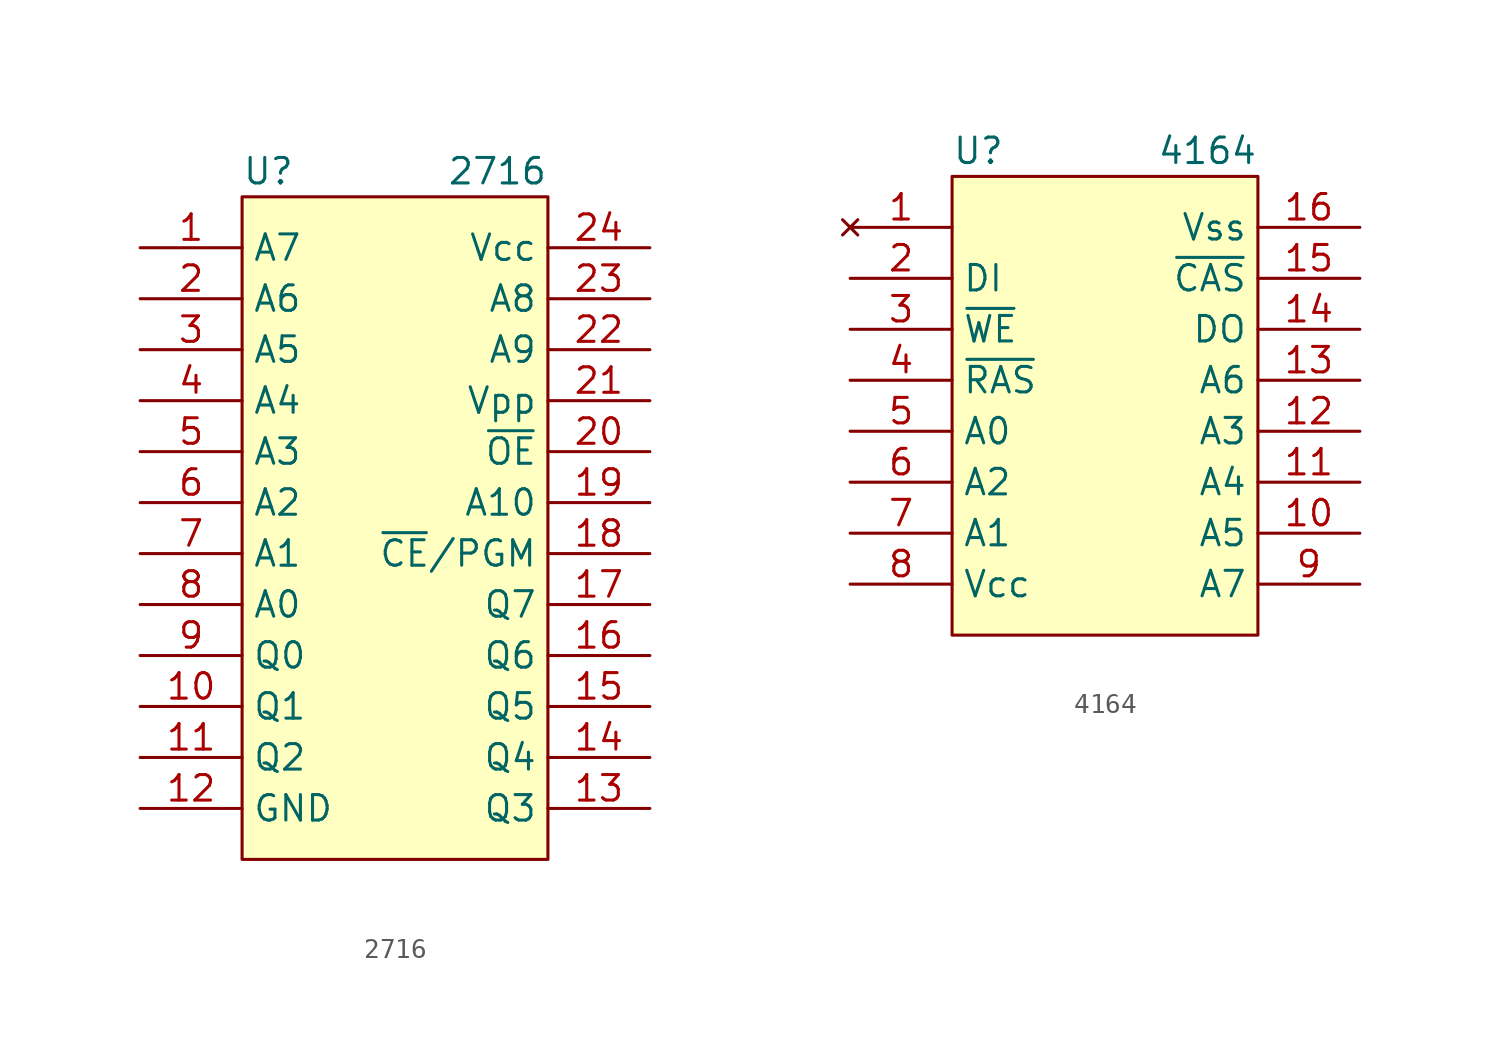
<source format=kicad_sym>
(kicad_symbol_lib
  (version 20231120)
  (generator "kicad_symbol_editor")
  (generator_version "8.0")
  (symbol "2716"
    (property "Reference" "U"
      (at -6.35 17.78 0)
      (do_not_autoplace)
      (effects (font (size 1.27 1.27)) (justify left)))
    (property "Value" "2716"
      (at 8.89 17.78 0)
      (do_not_autoplace)
      (effects (font (size 1.27 1.27)) (justify right)))
    (symbol "2716_0_0"
      (pin input line (at -11.43 13.97 0) (length 5.08) (name "A7" (effects (font (size 1.27 1.27)))) (number "1" (effects (font (size 1.27 1.27)))))
      (pin output line (at -11.43 -8.89 0) (length 5.08) (name "Q1" (effects (font (size 1.27 1.27)))) (number "10" (effects (font (size 1.27 1.27)))))
      (pin output line (at -11.43 -11.43 0) (length 5.08) (name "Q2" (effects (font (size 1.27 1.27)))) (number "11" (effects (font (size 1.27 1.27)))))
      (pin power_in line (at -11.43 -13.97 0) (length 5.08) (name "GND" (effects (font (size 1.27 1.27)))) (number "12" (effects (font (size 1.27 1.27)))))
      (pin output line (at 13.97 -13.97 180) (length 5.08) (name "Q3" (effects (font (size 1.27 1.27)))) (number "13" (effects (font (size 1.27 1.27)))))
      (pin output line (at 13.97 -11.43 180) (length 5.08) (name "Q4" (effects (font (size 1.27 1.27)))) (number "14" (effects (font (size 1.27 1.27)))))
      (pin output line (at 13.97 -8.89 180) (length 5.08) (name "Q5" (effects (font (size 1.27 1.27)))) (number "15" (effects (font (size 1.27 1.27)))))
      (pin output line (at 13.97 -6.35 180) (length 5.08) (name "Q6" (effects (font (size 1.27 1.27)))) (number "16" (effects (font (size 1.27 1.27)))))
      (pin output line (at 13.97 -3.81 180) (length 5.08) (name "Q7" (effects (font (size 1.27 1.27)))) (number "17" (effects (font (size 1.27 1.27)))))
      (pin input line (at 13.97 -1.27 180) (length 5.08) (name "~{CE}/PGM" (effects (font (size 1.27 1.27)))) (number "18" (effects (font (size 1.27 1.27)))))
      (pin input line (at 13.97 1.27 180) (length 5.08) (name "A10" (effects (font (size 1.27 1.27)))) (number "19" (effects (font (size 1.27 1.27)))))
      (pin input line (at -11.43 11.43 0) (length 5.08) (name "A6" (effects (font (size 1.27 1.27)))) (number "2" (effects (font (size 1.27 1.27)))))
      (pin input line (at 13.97 3.81 180) (length 5.08) (name "~{OE}" (effects (font (size 1.27 1.27)))) (number "20" (effects (font (size 1.27 1.27)))))
      (pin power_in line (at 13.97 6.35 180) (length 5.08) (name "Vpp" (effects (font (size 1.27 1.27)))) (number "21" (effects (font (size 1.27 1.27)))))
      (pin input line (at 13.97 8.89 180) (length 5.08) (name "A9" (effects (font (size 1.27 1.27)))) (number "22" (effects (font (size 1.27 1.27)))))
      (pin input line (at 13.97 11.43 180) (length 5.08) (name "A8" (effects (font (size 1.27 1.27)))) (number "23" (effects (font (size 1.27 1.27)))))
      (pin power_in line (at 13.97 13.97 180) (length 5.08) (name "Vcc" (effects (font (size 1.27 1.27)))) (number "24" (effects (font (size 1.27 1.27)))))
      (pin input line (at -11.43 8.89 0) (length 5.08) (name "A5" (effects (font (size 1.27 1.27)))) (number "3" (effects (font (size 1.27 1.27)))))
      (pin input line (at -11.43 6.35 0) (length 5.08) (name "A4" (effects (font (size 1.27 1.27)))) (number "4" (effects (font (size 1.27 1.27)))))
      (pin input line (at -11.43 3.81 0) (length 5.08) (name "A3" (effects (font (size 1.27 1.27)))) (number "5" (effects (font (size 1.27 1.27)))))
      (pin input line (at -11.43 1.27 0) (length 5.08) (name "A2" (effects (font (size 1.27 1.27)))) (number "6" (effects (font (size 1.27 1.27)))))
      (pin input line (at -11.43 -1.27 0) (length 5.08) (name "A1" (effects (font (size 1.27 1.27)))) (number "7" (effects (font (size 1.27 1.27)))))
      (pin input line (at -11.43 -3.81 0) (length 5.08) (name "A0" (effects (font (size 1.27 1.27)))) (number "8" (effects (font (size 1.27 1.27)))))
      (pin output line (at -11.43 -6.35 0) (length 5.08) (name "Q0" (effects (font (size 1.27 1.27)))) (number "9" (effects (font (size 1.27 1.27))))))
    (symbol "2716_1_1"
      (rectangle (start -6.35 16.51) (end 8.89 -16.51) (stroke (width 0) (type default)) (fill (type background)))))
  (symbol "4164"
    (property "Reference" "U"
      (at -7.62 12.7 0)
      (do_not_autoplace)
      (effects (font (size 1.27 1.27)) (justify left)))
    (property "Value" "4164"
      (at 7.62 12.7 0)
      (do_not_autoplace)
      (effects (font (size 1.27 1.27)) (justify right)))
    (symbol "4164_0_0"
      (pin no_connect line (at -12.7 8.89 0) (length 5.08) (name "~" (effects (font (size 1.27 1.27)))) (number "1" (effects (font (size 1.27 1.27)))))
      (pin input line (at 12.7 -6.35 180) (length 5.08) (name "A5" (effects (font (size 1.27 1.27)))) (number "10" (effects (font (size 1.27 1.27)))))
      (pin input line (at 12.7 -3.81 180) (length 5.08) (name "A4" (effects (font (size 1.27 1.27)))) (number "11" (effects (font (size 1.27 1.27)))))
      (pin input line (at 12.7 -1.27 180) (length 5.08) (name "A3" (effects (font (size 1.27 1.27)))) (number "12" (effects (font (size 1.27 1.27)))))
      (pin input line (at 12.7 1.27 180) (length 5.08) (name "A6" (effects (font (size 1.27 1.27)))) (number "13" (effects (font (size 1.27 1.27)))))
      (pin output line (at 12.7 3.81 180) (length 5.08) (name "DO" (effects (font (size 1.27 1.27)))) (number "14" (effects (font (size 1.27 1.27)))))
      (pin input line (at 12.7 6.35 180) (length 5.08) (name "~{CAS}" (effects (font (size 1.27 1.27)))) (number "15" (effects (font (size 1.27 1.27)))))
      (pin power_in line (at 12.7 8.89 180) (length 5.08) (name "Vss" (effects (font (size 1.27 1.27)))) (number "16" (effects (font (size 1.27 1.27)))))
      (pin input line (at -12.7 6.35 0) (length 5.08) (name "DI" (effects (font (size 1.27 1.27)))) (number "2" (effects (font (size 1.27 1.27)))))
      (pin input line (at -12.7 3.81 0) (length 5.08) (name "~{WE}" (effects (font (size 1.27 1.27)))) (number "3" (effects (font (size 1.27 1.27)))))
      (pin input line (at -12.7 1.27 0) (length 5.08) (name "~{RAS}" (effects (font (size 1.27 1.27)))) (number "4" (effects (font (size 1.27 1.27)))))
      (pin input line (at -12.7 -1.27 0) (length 5.08) (name "A0" (effects (font (size 1.27 1.27)))) (number "5" (effects (font (size 1.27 1.27)))))
      (pin input line (at -12.7 -3.81 0) (length 5.08) (name "A2" (effects (font (size 1.27 1.27)))) (number "6" (effects (font (size 1.27 1.27)))))
      (pin input line (at -12.7 -6.35 0) (length 5.08) (name "A1" (effects (font (size 1.27 1.27)))) (number "7" (effects (font (size 1.27 1.27)))))
      (pin power_in line (at -12.7 -8.89 0) (length 5.08) (name "Vcc" (effects (font (size 1.27 1.27)))) (number "8" (effects (font (size 1.27 1.27)))))
      (pin input line (at 12.7 -8.89 180) (length 5.08) (name "A7" (effects (font (size 1.27 1.27)))) (number "9" (effects (font (size 1.27 1.27))))))
    (symbol "4164_1_1"
      (rectangle (start -7.62 11.43) (end 7.62 -11.43) (stroke (width 0) (type default)) (fill (type background))))))
</source>
